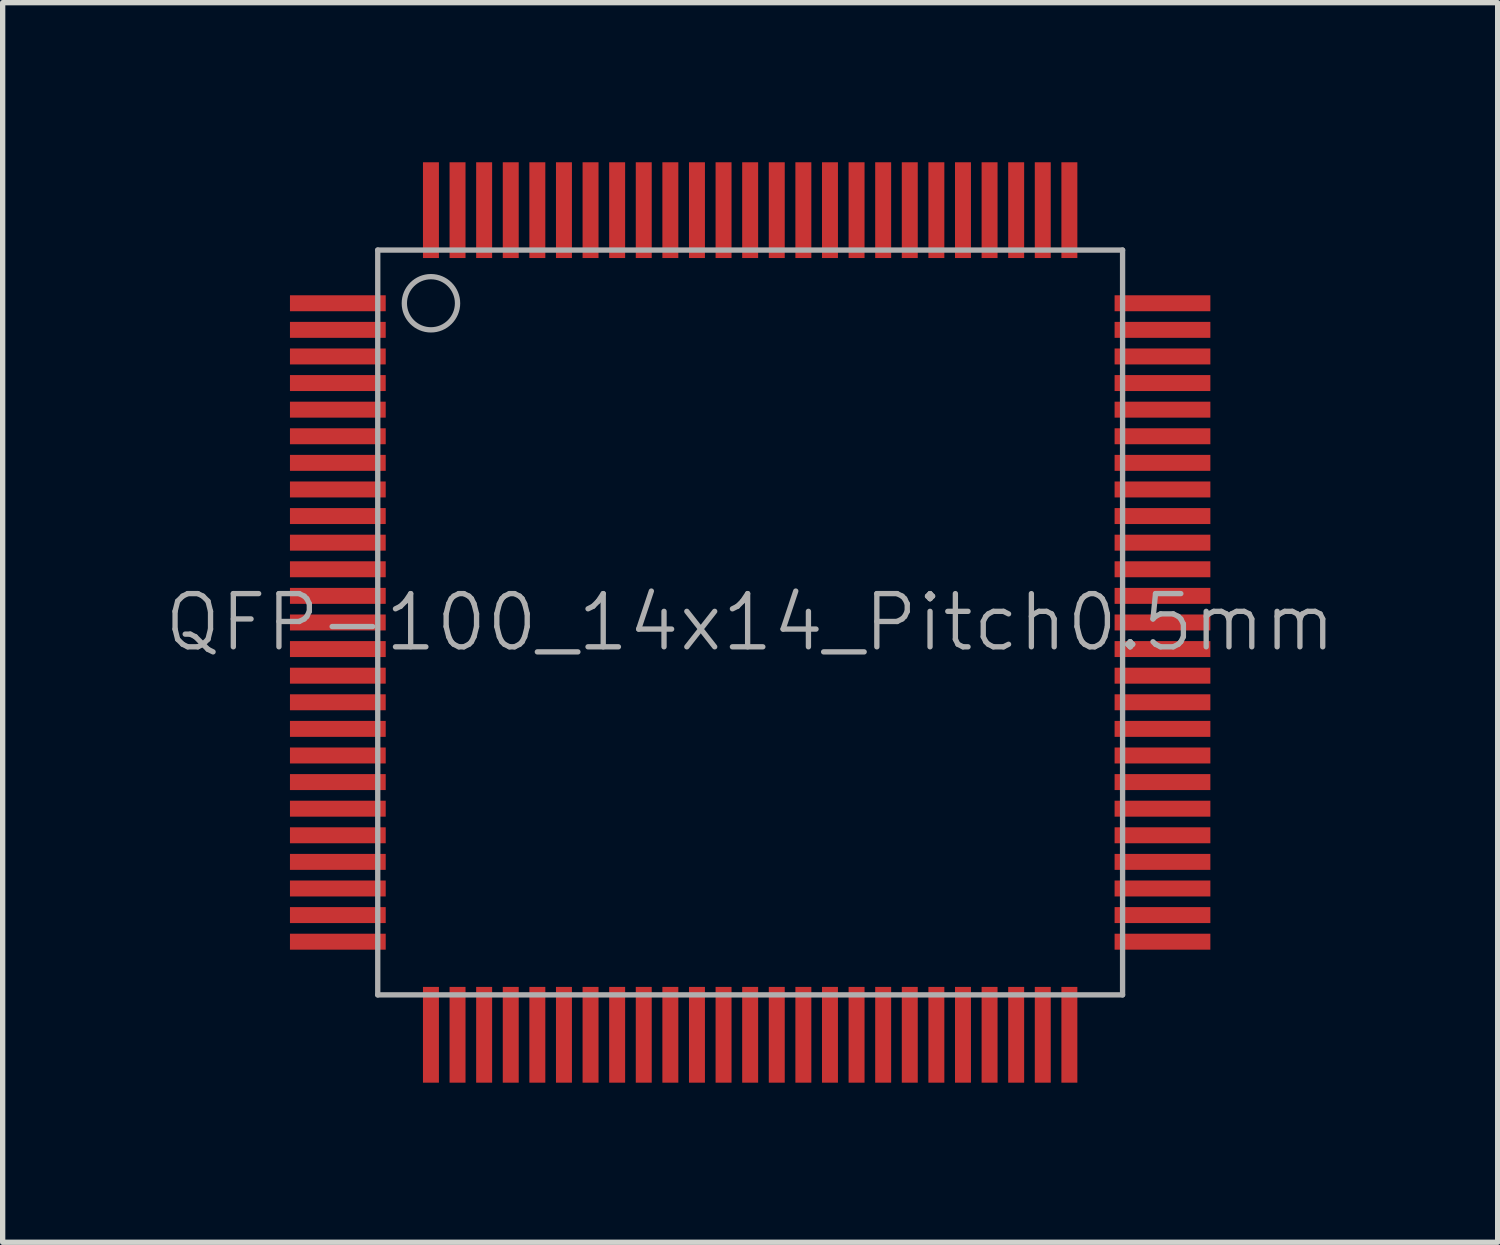
<source format=kicad_pcb>
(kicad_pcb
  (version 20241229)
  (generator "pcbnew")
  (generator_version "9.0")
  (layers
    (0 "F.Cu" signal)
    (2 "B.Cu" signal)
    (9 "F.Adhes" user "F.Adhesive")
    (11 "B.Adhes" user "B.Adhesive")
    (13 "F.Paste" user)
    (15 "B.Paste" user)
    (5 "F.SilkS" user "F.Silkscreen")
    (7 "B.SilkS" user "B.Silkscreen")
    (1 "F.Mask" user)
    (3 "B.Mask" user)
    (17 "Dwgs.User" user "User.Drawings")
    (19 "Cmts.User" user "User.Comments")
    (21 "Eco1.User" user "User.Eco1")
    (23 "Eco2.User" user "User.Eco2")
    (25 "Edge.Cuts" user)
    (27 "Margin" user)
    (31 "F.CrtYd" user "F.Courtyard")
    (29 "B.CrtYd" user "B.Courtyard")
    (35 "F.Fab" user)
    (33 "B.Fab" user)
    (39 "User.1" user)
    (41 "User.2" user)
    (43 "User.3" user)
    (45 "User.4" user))
  (footprint "QFP-100_14x14_Pitch0.5mm"
    (layer "F.Cu")
    (at 11.05 8.65)
    (property "Reference" "QFP-100_14x14_Pitch0.5mm" (at 0 0 0) (layer "F.Fab") (effects (font (size 1 1) (thickness 0.1))))
    (attr smd)
    (fp_line (start -7 -7) (end -7 7) (stroke (width 0.1) (type default)) (layer "F.Fab"))
    (fp_line (start -7 7) (end 7 7) (stroke (width 0.1) (type default)) (layer "F.Fab"))
    (fp_line (start 7 -7) (end -7 -7) (stroke (width 0.1) (type default)) (layer "F.Fab"))
    (fp_line (start 7 7) (end 7 -7) (stroke (width 0.1) (type default)) (layer "F.Fab"))
    (fp_circle (center -6 -6) (end -5.5 -6) (stroke (width 0.1) (type default)) (fill no) (layer "F.Fab"))
    (pad "1" smd rect (at -7.75 -6 90) (size 0.3 1.8) (layers "F.Cu" "F.Mask" "F.Paste"))
    (pad "2" smd rect (at -7.75 -5.5 90) (size 0.3 1.8) (layers "F.Cu" "F.Mask" "F.Paste"))
    (pad "3" smd rect (at -7.75 -5 90) (size 0.3 1.8) (layers "F.Cu" "F.Mask" "F.Paste"))
    (pad "4" smd rect (at -7.75 -4.5 90) (size 0.3 1.8) (layers "F.Cu" "F.Mask" "F.Paste"))
    (pad "5" smd rect (at -7.75 -4 90) (size 0.3 1.8) (layers "F.Cu" "F.Mask" "F.Paste"))
    (pad "6" smd rect (at -7.75 -3.5 90) (size 0.3 1.8) (layers "F.Cu" "F.Mask" "F.Paste"))
    (pad "7" smd rect (at -7.75 -3 90) (size 0.3 1.8) (layers "F.Cu" "F.Mask" "F.Paste"))
    (pad "8" smd rect (at -7.75 -2.5 90) (size 0.3 1.8) (layers "F.Cu" "F.Mask" "F.Paste"))
    (pad "9" smd rect (at -7.75 -2 90) (size 0.3 1.8) (layers "F.Cu" "F.Mask" "F.Paste"))
    (pad "10" smd rect (at -7.75 -1.5 90) (size 0.3 1.8) (layers "F.Cu" "F.Mask" "F.Paste"))
    (pad "11" smd rect (at -7.75 -1 90) (size 0.3 1.8) (layers "F.Cu" "F.Mask" "F.Paste"))
    (pad "12" smd rect (at -7.75 -0.5 90) (size 0.3 1.8) (layers "F.Cu" "F.Mask" "F.Paste"))
    (pad "13" smd rect (at -7.75 0 90) (size 0.3 1.8) (layers "F.Cu" "F.Mask" "F.Paste"))
    (pad "14" smd rect (at -7.75 0.5 90) (size 0.3 1.8) (layers "F.Cu" "F.Mask" "F.Paste"))
    (pad "15" smd rect (at -7.75 1 90) (size 0.3 1.8) (layers "F.Cu" "F.Mask" "F.Paste"))
    (pad "16" smd rect (at -7.75 1.5 90) (size 0.3 1.8) (layers "F.Cu" "F.Mask" "F.Paste"))
    (pad "17" smd rect (at -7.75 2 90) (size 0.3 1.8) (layers "F.Cu" "F.Mask" "F.Paste"))
    (pad "18" smd rect (at -7.75 2.5 90) (size 0.3 1.8) (layers "F.Cu" "F.Mask" "F.Paste"))
    (pad "19" smd rect (at -7.75 3 90) (size 0.3 1.8) (layers "F.Cu" "F.Mask" "F.Paste"))
    (pad "20" smd rect (at -7.75 3.5 90) (size 0.3 1.8) (layers "F.Cu" "F.Mask" "F.Paste"))
    (pad "21" smd rect (at -7.75 4 90) (size 0.3 1.8) (layers "F.Cu" "F.Mask" "F.Paste"))
    (pad "22" smd rect (at -7.75 4.5 90) (size 0.3 1.8) (layers "F.Cu" "F.Mask" "F.Paste"))
    (pad "23" smd rect (at -7.75 5 90) (size 0.3 1.8) (layers "F.Cu" "F.Mask" "F.Paste"))
    (pad "24" smd rect (at -7.75 5.5 90) (size 0.3 1.8) (layers "F.Cu" "F.Mask" "F.Paste"))
    (pad "25" smd rect (at -7.75 6 90) (size 0.3 1.8) (layers "F.Cu" "F.Mask" "F.Paste"))
    (pad "26" smd rect (at -6 7.75) (size 0.3 1.8) (layers "F.Cu" "F.Mask" "F.Paste"))
    (pad "27" smd rect (at -5.5 7.75) (size 0.3 1.8) (layers "F.Cu" "F.Mask" "F.Paste"))
    (pad "28" smd rect (at -5 7.75) (size 0.3 1.8) (layers "F.Cu" "F.Mask" "F.Paste"))
    (pad "29" smd rect (at -4.5 7.75) (size 0.3 1.8) (layers "F.Cu" "F.Mask" "F.Paste"))
    (pad "30" smd rect (at -4 7.75) (size 0.3 1.8) (layers "F.Cu" "F.Mask" "F.Paste"))
    (pad "31" smd rect (at -3.5 7.75) (size 0.3 1.8) (layers "F.Cu" "F.Mask" "F.Paste"))
    (pad "32" smd rect (at -3 7.75) (size 0.3 1.8) (layers "F.Cu" "F.Mask" "F.Paste"))
    (pad "33" smd rect (at -2.5 7.75) (size 0.3 1.8) (layers "F.Cu" "F.Mask" "F.Paste"))
    (pad "34" smd rect (at -2 7.75) (size 0.3 1.8) (layers "F.Cu" "F.Mask" "F.Paste"))
    (pad "35" smd rect (at -1.5 7.75) (size 0.3 1.8) (layers "F.Cu" "F.Mask" "F.Paste"))
    (pad "36" smd rect (at -1 7.75) (size 0.3 1.8) (layers "F.Cu" "F.Mask" "F.Paste"))
    (pad "37" smd rect (at -0.5 7.75) (size 0.3 1.8) (layers "F.Cu" "F.Mask" "F.Paste"))
    (pad "38" smd rect (at 0 7.75) (size 0.3 1.8) (layers "F.Cu" "F.Mask" "F.Paste"))
    (pad "39" smd rect (at 0.5 7.75) (size 0.3 1.8) (layers "F.Cu" "F.Mask" "F.Paste"))
    (pad "40" smd rect (at 1 7.75) (size 0.3 1.8) (layers "F.Cu" "F.Mask" "F.Paste"))
    (pad "41" smd rect (at 1.5 7.75) (size 0.3 1.8) (layers "F.Cu" "F.Mask" "F.Paste"))
    (pad "42" smd rect (at 2 7.75) (size 0.3 1.8) (layers "F.Cu" "F.Mask" "F.Paste"))
    (pad "43" smd rect (at 2.5 7.75) (size 0.3 1.8) (layers "F.Cu" "F.Mask" "F.Paste"))
    (pad "44" smd rect (at 3 7.75) (size 0.3 1.8) (layers "F.Cu" "F.Mask" "F.Paste"))
    (pad "45" smd rect (at 3.5 7.75) (size 0.3 1.8) (layers "F.Cu" "F.Mask" "F.Paste"))
    (pad "46" smd rect (at 4 7.75) (size 0.3 1.8) (layers "F.Cu" "F.Mask" "F.Paste"))
    (pad "47" smd rect (at 4.5 7.75) (size 0.3 1.8) (layers "F.Cu" "F.Mask" "F.Paste"))
    (pad "48" smd rect (at 5 7.75) (size 0.3 1.8) (layers "F.Cu" "F.Mask" "F.Paste"))
    (pad "49" smd rect (at 5.5 7.75) (size 0.3 1.8) (layers "F.Cu" "F.Mask" "F.Paste"))
    (pad "50" smd rect (at 6 7.75) (size 0.3 1.8) (layers "F.Cu" "F.Mask" "F.Paste"))
    (pad "51" smd rect (at 7.75 6 90) (size 0.3 1.8) (layers "F.Cu" "F.Mask" "F.Paste"))
    (pad "52" smd rect (at 7.75 5.5 90) (size 0.3 1.8) (layers "F.Cu" "F.Mask" "F.Paste"))
    (pad "53" smd rect (at 7.75 5 90) (size 0.3 1.8) (layers "F.Cu" "F.Mask" "F.Paste"))
    (pad "54" smd rect (at 7.75 4.5 90) (size 0.3 1.8) (layers "F.Cu" "F.Mask" "F.Paste"))
    (pad "55" smd rect (at 7.75 4 90) (size 0.3 1.8) (layers "F.Cu" "F.Mask" "F.Paste"))
    (pad "56" smd rect (at 7.75 3.5 90) (size 0.3 1.8) (layers "F.Cu" "F.Mask" "F.Paste"))
    (pad "57" smd rect (at 7.75 3 90) (size 0.3 1.8) (layers "F.Cu" "F.Mask" "F.Paste"))
    (pad "58" smd rect (at 7.75 2.5 90) (size 0.3 1.8) (layers "F.Cu" "F.Mask" "F.Paste"))
    (pad "59" smd rect (at 7.75 2 90) (size 0.3 1.8) (layers "F.Cu" "F.Mask" "F.Paste"))
    (pad "60" smd rect (at 7.75 1.5 90) (size 0.3 1.8) (layers "F.Cu" "F.Mask" "F.Paste"))
    (pad "61" smd rect (at 7.75 1 90) (size 0.3 1.8) (layers "F.Cu" "F.Mask" "F.Paste"))
    (pad "62" smd rect (at 7.75 0.5 90) (size 0.3 1.8) (layers "F.Cu" "F.Mask" "F.Paste"))
    (pad "63" smd rect (at 7.75 0 90) (size 0.3 1.8) (layers "F.Cu" "F.Mask" "F.Paste"))
    (pad "64" smd rect (at 7.75 -0.5 90) (size 0.3 1.8) (layers "F.Cu" "F.Mask" "F.Paste"))
    (pad "65" smd rect (at 7.75 -1 90) (size 0.3 1.8) (layers "F.Cu" "F.Mask" "F.Paste"))
    (pad "66" smd rect (at 7.75 -1.5 90) (size 0.3 1.8) (layers "F.Cu" "F.Mask" "F.Paste"))
    (pad "67" smd rect (at 7.75 -2 90) (size 0.3 1.8) (layers "F.Cu" "F.Mask" "F.Paste"))
    (pad "68" smd rect (at 7.75 -2.5 90) (size 0.3 1.8) (layers "F.Cu" "F.Mask" "F.Paste"))
    (pad "69" smd rect (at 7.75 -3 90) (size 0.3 1.8) (layers "F.Cu" "F.Mask" "F.Paste"))
    (pad "70" smd rect (at 7.75 -3.5 90) (size 0.3 1.8) (layers "F.Cu" "F.Mask" "F.Paste"))
    (pad "71" smd rect (at 7.75 -4 90) (size 0.3 1.8) (layers "F.Cu" "F.Mask" "F.Paste"))
    (pad "72" smd rect (at 7.75 -4.5 90) (size 0.3 1.8) (layers "F.Cu" "F.Mask" "F.Paste"))
    (pad "73" smd rect (at 7.75 -5 90) (size 0.3 1.8) (layers "F.Cu" "F.Mask" "F.Paste"))
    (pad "74" smd rect (at 7.75 -5.5 90) (size 0.3 1.8) (layers "F.Cu" "F.Mask" "F.Paste"))
    (pad "75" smd rect (at 7.75 -6 90) (size 0.3 1.8) (layers "F.Cu" "F.Mask" "F.Paste"))
    (pad "76" smd rect (at 6 -7.75) (size 0.3 1.8) (layers "F.Cu" "F.Mask" "F.Paste"))
    (pad "77" smd rect (at 5.5 -7.75) (size 0.3 1.8) (layers "F.Cu" "F.Mask" "F.Paste"))
    (pad "78" smd rect (at 5 -7.75) (size 0.3 1.8) (layers "F.Cu" "F.Mask" "F.Paste"))
    (pad "79" smd rect (at 4.5 -7.75) (size 0.3 1.8) (layers "F.Cu" "F.Mask" "F.Paste"))
    (pad "80" smd rect (at 4 -7.75) (size 0.3 1.8) (layers "F.Cu" "F.Mask" "F.Paste"))
    (pad "81" smd rect (at 3.5 -7.75) (size 0.3 1.8) (layers "F.Cu" "F.Mask" "F.Paste"))
    (pad "82" smd rect (at 3 -7.75) (size 0.3 1.8) (layers "F.Cu" "F.Mask" "F.Paste"))
    (pad "83" smd rect (at 2.5 -7.75) (size 0.3 1.8) (layers "F.Cu" "F.Mask" "F.Paste"))
    (pad "84" smd rect (at 2 -7.75) (size 0.3 1.8) (layers "F.Cu" "F.Mask" "F.Paste"))
    (pad "85" smd rect (at 1.5 -7.75) (size 0.3 1.8) (layers "F.Cu" "F.Mask" "F.Paste"))
    (pad "86" smd rect (at 1 -7.75) (size 0.3 1.8) (layers "F.Cu" "F.Mask" "F.Paste"))
    (pad "87" smd rect (at 0.5 -7.75) (size 0.3 1.8) (layers "F.Cu" "F.Mask" "F.Paste"))
    (pad "88" smd rect (at 0 -7.75) (size 0.3 1.8) (layers "F.Cu" "F.Mask" "F.Paste"))
    (pad "89" smd rect (at -0.5 -7.75) (size 0.3 1.8) (layers "F.Cu" "F.Mask" "F.Paste"))
    (pad "90" smd rect (at -1 -7.75) (size 0.3 1.8) (layers "F.Cu" "F.Mask" "F.Paste"))
    (pad "91" smd rect (at -1.5 -7.75) (size 0.3 1.8) (layers "F.Cu" "F.Mask" "F.Paste"))
    (pad "92" smd rect (at -2 -7.75) (size 0.3 1.8) (layers "F.Cu" "F.Mask" "F.Paste"))
    (pad "93" smd rect (at -2.5 -7.75) (size 0.3 1.8) (layers "F.Cu" "F.Mask" "F.Paste"))
    (pad "94" smd rect (at -3 -7.75) (size 0.3 1.8) (layers "F.Cu" "F.Mask" "F.Paste"))
    (pad "95" smd rect (at -3.5 -7.75) (size 0.3 1.8) (layers "F.Cu" "F.Mask" "F.Paste"))
    (pad "96" smd rect (at -4 -7.75) (size 0.3 1.8) (layers "F.Cu" "F.Mask" "F.Paste"))
    (pad "97" smd rect (at -4.5 -7.75) (size 0.3 1.8) (layers "F.Cu" "F.Mask" "F.Paste"))
    (pad "98" smd rect (at -5 -7.75) (size 0.3 1.8) (layers "F.Cu" "F.Mask" "F.Paste"))
    (pad "99" smd rect (at -5.5 -7.75) (size 0.3 1.8) (layers "F.Cu" "F.Mask" "F.Paste"))
    (pad "100" smd rect (at -6 -7.75) (size 0.3 1.8) (layers "F.Cu" "F.Mask" "F.Paste")))
  (gr_rect
    (start -3 -3)
    (end 25.1 20.3)
    (stroke (width 0.1) (type default))
    (fill no)
    (layer "Edge.Cuts")))
</source>
